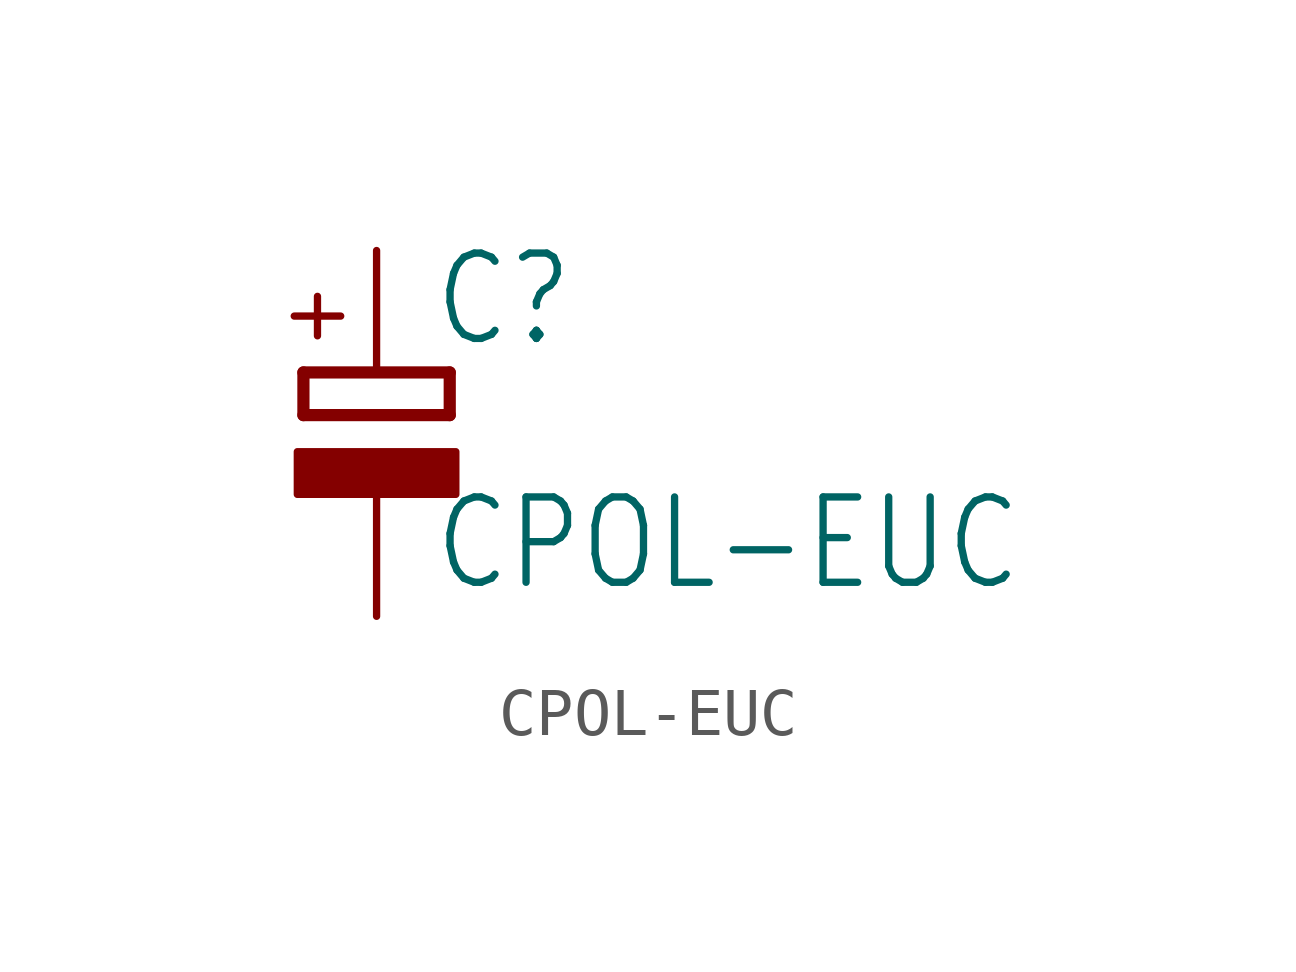
<source format=kicad_sym>
(kicad_symbol_lib
  (version 20220331)
  (generator kicad_symbol_editor)
  (symbol "CPOL-EUC"
    (property "Reference" "C"
      (at 1.143 0.483 0)
      (effects (font (size 1.778 1.511)) (justify left bottom)))
    (property "Value" "CPOL-EUC"
      (at 1.143 -4.597 0)
      (effects (font (size 1.778 1.511)) (justify left bottom)))
    (property "ki_locked" ""
      (at 0 0 0)
      (effects (font (size 1.27 1.27))))
    (symbol "CPOL-EUC_1_0"
      (rectangle (start -1.651 -2.54) (end 1.651 -1.651) (stroke (width 0) (type default)) (fill (type outline)))
      (polyline (pts (xy -1.524 -0.889) (xy 1.524 -0.889)) (stroke (width 0.254) (type solid)) (fill (type none)))
      (polyline (pts (xy -1.524 0) (xy -1.524 -0.889)) (stroke (width 0.254) (type solid)) (fill (type none)))
      (polyline (pts (xy -1.524 0) (xy 1.524 0)) (stroke (width 0.254) (type solid)) (fill (type none)))
      (polyline (pts (xy 1.524 -0.889) (xy 1.524 0)) (stroke (width 0.254) (type solid)) (fill (type none)))
      (text "+" (at -0.584 0.406 900) (effects (font (size 1.27 1.079)) (justify left bottom)))
      (pin passive line (at 0 2.54 270) (length 2.54) (name "+" (effects (font (size 0 0)))) (number "+" (effects (font (size 0 0)))))
      (pin passive line (at 0 -5.08 90) (length 2.54) (name "-" (effects (font (size 0 0)))) (number "-" (effects (font (size 0 0))))))))
</source>
